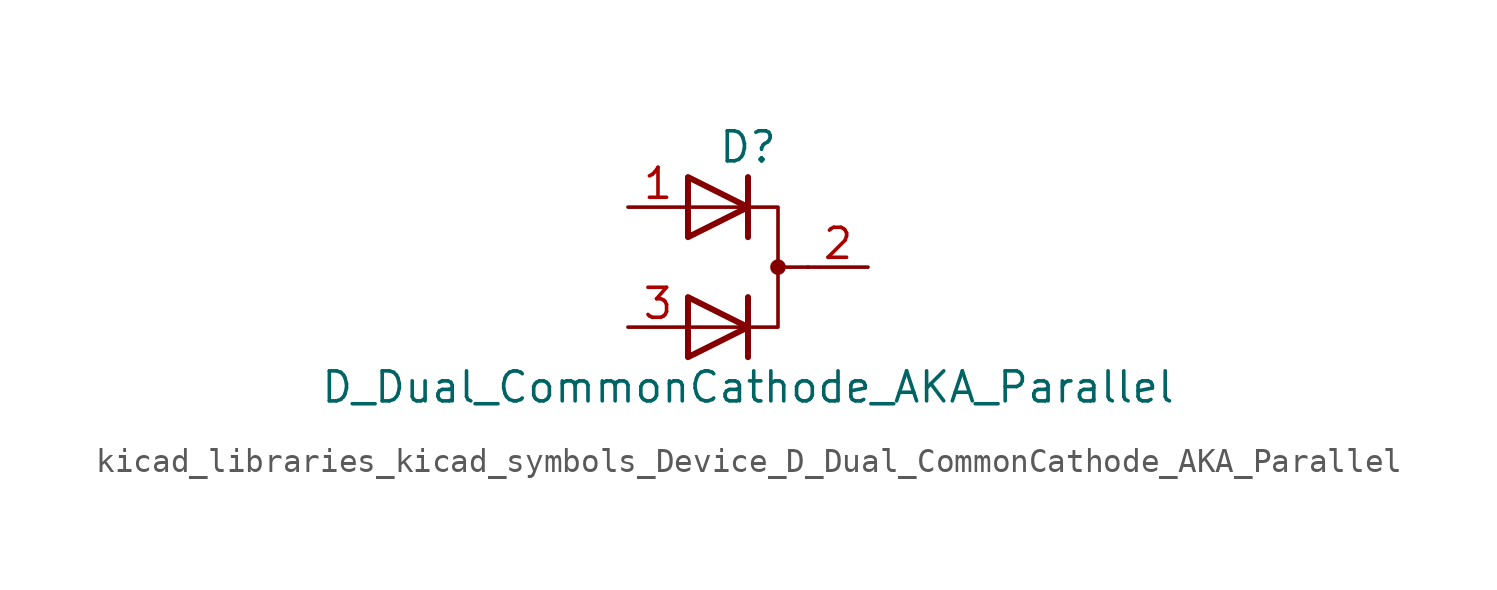
<source format=kicad_sym>
(kicad_symbol_lib
  (version 20220914)
  (generator kicad_symbol_editor)
  (symbol "kicad_libraries_kicad_symbols_Device_D_Dual_CommonCathode_AKA_Parallel"
    (pin_names
      (offset 0.762) hide)
    (property "Reference" "D"
      (at 0 5.08 0)
      (effects (font (size 1.27 1.27))))
    (property "Value" "D_Dual_CommonCathode_AKA_Parallel"
      (at 0 -5.08 0)
      (effects (font (size 1.27 1.27))))
    (symbol "kicad_libraries_kicad_symbols_Device_D_Dual_CommonCathode_AKA_Parallel_0_0"
      (polyline (pts (xy 0 -1.27) (xy 0 -3.81)) (stroke (width 0.254) (type default)) (fill (type none)))
      (polyline (pts (xy 0 3.81) (xy 0 1.27)) (stroke (width 0.254) (type default)) (fill (type none))))
    (symbol "kicad_libraries_kicad_symbols_Device_D_Dual_CommonCathode_AKA_Parallel_0_1"
      (polyline (pts (xy 1.27 0) (xy 2.54 0)) (stroke (width 0) (type default)) (fill (type none)))
      (polyline (pts (xy -2.54 -2.54) (xy 1.27 -2.54) (xy 1.27 2.54) (xy -2.54 2.54)) (stroke (width 0) (type default)) (fill (type none)))
      (polyline (pts (xy -2.54 -1.27) (xy 0 -2.54) (xy -2.54 -3.81) (xy -2.54 -1.27) (xy -2.54 -1.27) (xy -2.54 -1.27)) (stroke (width 0.254) (type default)) (fill (type none)))
      (polyline (pts (xy -2.54 3.81) (xy 0 2.54) (xy -2.54 1.27) (xy -2.54 3.81) (xy -2.54 3.81) (xy -2.54 3.81)) (stroke (width 0.254) (type default)) (fill (type none)))
      (circle (center 1.27 0) (radius 0.254) (stroke (width 0) (type default)) (fill (type outline)))
      (pin passive line (at -5.08 2.54 0) (length 2.54) (name "K" (effects (font (size 1.27 1.27)))) (number "1" (effects (font (size 1.27 1.27)))))
      (pin passive line (at 5.08 0 180) (length 2.54) (name "A" (effects (font (size 1.27 1.27)))) (number "2" (effects (font (size 1.27 1.27)))))
      (pin passive line (at -5.08 -2.54 0) (length 2.54) (name "K" (effects (font (size 1.27 1.27)))) (number "3" (effects (font (size 1.27 1.27))))))))
</source>
